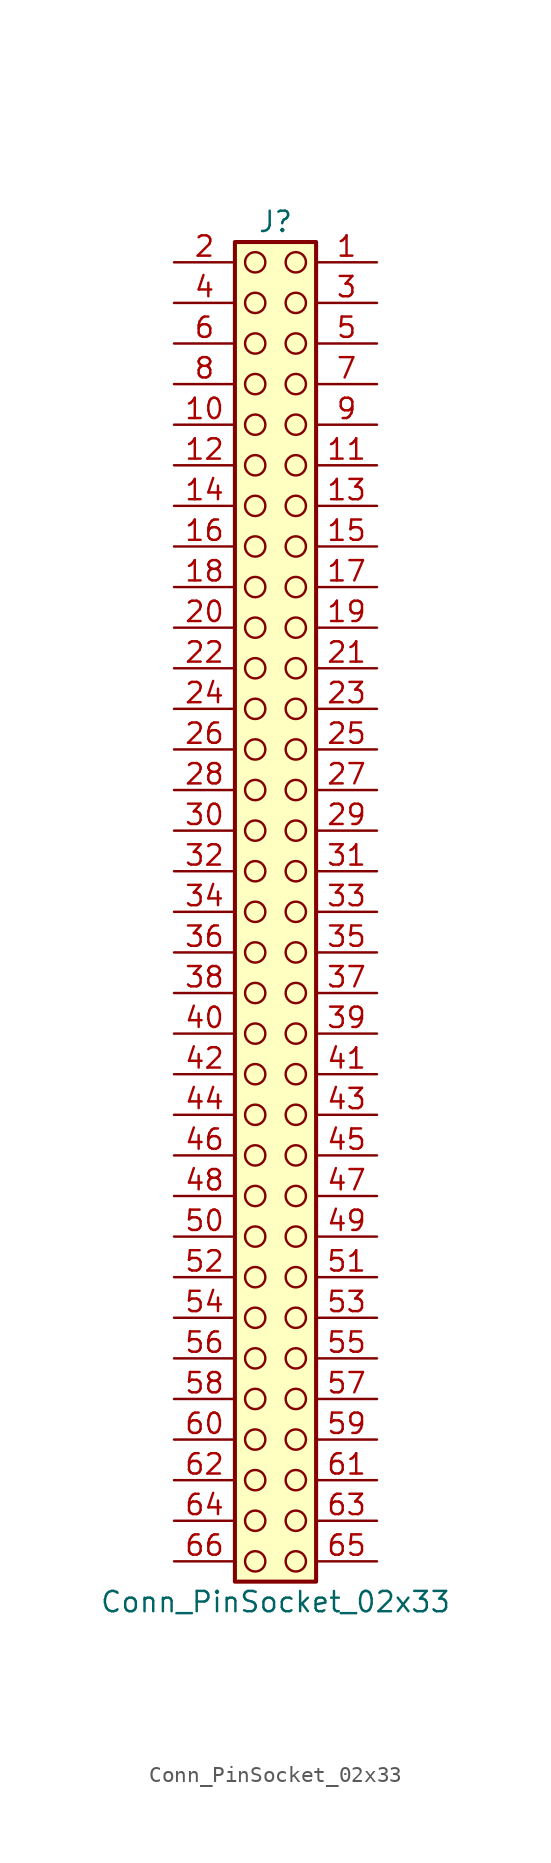
<source format=kicad_sym>
(kicad_symbol_lib
  (version 20241209)
  (generator "kicad_symbol_editor")
  (generator_version "9.0")
  (symbol "Conn_PinSocket_02x33"
    (pin_names
      (offset 1.016)
      (hide yes))
    (property "Reference" "J"
      (at 1.27 43.18 0)
      (effects (font (size 1.27 1.27))))
    (property "Value" "Conn_PinSocket_02x33"
      (at 1.27 -43.18 0)
      (effects (font (size 1.27 1.27))))
    (symbol "Conn_PinSocket_02x33_1_1"
      (rectangle (start -1.27 41.91) (end 3.81 -41.91) (stroke (width 0.254) (type default)) (fill (type background)))
      (circle (center 0 40.64) (radius 0.635) (stroke (width 0) (type solid) (color 132 0 0 1)) (fill (type none)))
      (circle (center 0 38.1) (radius 0.635) (stroke (width 0) (type solid) (color 132 0 0 1)) (fill (type none)))
      (circle (center 0 35.56) (radius 0.635) (stroke (width 0) (type solid) (color 132 0 0 1)) (fill (type none)))
      (circle (center 0 33.02) (radius 0.635) (stroke (width 0) (type solid) (color 132 0 0 1)) (fill (type none)))
      (circle (center 0 30.48) (radius 0.635) (stroke (width 0) (type solid) (color 132 0 0 1)) (fill (type none)))
      (circle (center 0 27.94) (radius 0.635) (stroke (width 0) (type solid) (color 132 0 0 1)) (fill (type none)))
      (circle (center 0 25.4) (radius 0.635) (stroke (width 0) (type solid) (color 132 0 0 1)) (fill (type none)))
      (circle (center 0 22.86) (radius 0.635) (stroke (width 0) (type solid) (color 132 0 0 1)) (fill (type none)))
      (circle (center 0 20.32) (radius 0.635) (stroke (width 0) (type solid) (color 132 0 0 1)) (fill (type none)))
      (circle (center 0 17.78) (radius 0.635) (stroke (width 0) (type solid) (color 132 0 0 1)) (fill (type none)))
      (circle (center 0 15.24) (radius 0.635) (stroke (width 0) (type solid) (color 132 0 0 1)) (fill (type none)))
      (circle (center 0 12.7) (radius 0.635) (stroke (width 0) (type solid) (color 132 0 0 1)) (fill (type none)))
      (circle (center 0 10.16) (radius 0.635) (stroke (width 0) (type solid) (color 132 0 0 1)) (fill (type none)))
      (circle (center 0 7.62) (radius 0.635) (stroke (width 0) (type solid) (color 132 0 0 1)) (fill (type none)))
      (circle (center 0 5.08) (radius 0.635) (stroke (width 0) (type solid) (color 132 0 0 1)) (fill (type none)))
      (circle (center 0 2.54) (radius 0.635) (stroke (width 0) (type solid) (color 132 0 0 1)) (fill (type none)))
      (circle (center 0 0) (radius 0.635) (stroke (width 0) (type solid) (color 132 0 0 1)) (fill (type none)))
      (circle (center 0 -2.54) (radius 0.635) (stroke (width 0) (type solid) (color 132 0 0 1)) (fill (type none)))
      (circle (center 0 -5.08) (radius 0.635) (stroke (width 0) (type solid) (color 132 0 0 1)) (fill (type none)))
      (circle (center 0 -7.62) (radius 0.635) (stroke (width 0) (type solid) (color 132 0 0 1)) (fill (type none)))
      (circle (center 0 -10.16) (radius 0.635) (stroke (width 0) (type solid) (color 132 0 0 1)) (fill (type none)))
      (circle (center 0 -12.7) (radius 0.635) (stroke (width 0) (type solid) (color 132 0 0 1)) (fill (type none)))
      (circle (center 0 -15.24) (radius 0.635) (stroke (width 0) (type solid) (color 132 0 0 1)) (fill (type none)))
      (circle (center 0 -17.78) (radius 0.635) (stroke (width 0) (type solid) (color 132 0 0 1)) (fill (type none)))
      (circle (center 0 -20.32) (radius 0.635) (stroke (width 0) (type solid) (color 132 0 0 1)) (fill (type none)))
      (circle (center 0 -22.86) (radius 0.635) (stroke (width 0) (type solid) (color 132 0 0 1)) (fill (type none)))
      (circle (center 0 -25.4) (radius 0.635) (stroke (width 0) (type solid) (color 132 0 0 1)) (fill (type none)))
      (circle (center 0 -27.94) (radius 0.635) (stroke (width 0) (type solid) (color 132 0 0 1)) (fill (type none)))
      (circle (center 0 -30.48) (radius 0.635) (stroke (width 0) (type solid) (color 132 0 0 1)) (fill (type none)))
      (circle (center 0 -33.02) (radius 0.635) (stroke (width 0) (type solid) (color 132 0 0 1)) (fill (type none)))
      (circle (center 0 -35.56) (radius 0.635) (stroke (width 0) (type solid) (color 132 0 0 1)) (fill (type none)))
      (circle (center 0 -38.1) (radius 0.635) (stroke (width 0) (type solid) (color 132 0 0 1)) (fill (type none)))
      (circle (center 0 -40.64) (radius 0.635) (stroke (width 0) (type solid) (color 132 0 0 1)) (fill (type none)))
      (circle (center 2.54 40.64) (radius 0.635) (stroke (width 0) (type solid) (color 132 0 0 1)) (fill (type none)))
      (circle (center 2.54 38.1) (radius 0.635) (stroke (width 0) (type solid) (color 132 0 0 1)) (fill (type none)))
      (circle (center 2.54 35.56) (radius 0.635) (stroke (width 0) (type solid) (color 132 0 0 1)) (fill (type none)))
      (circle (center 2.54 33.02) (radius 0.635) (stroke (width 0) (type solid) (color 132 0 0 1)) (fill (type none)))
      (circle (center 2.54 30.48) (radius 0.635) (stroke (width 0) (type solid) (color 132 0 0 1)) (fill (type none)))
      (circle (center 2.54 27.94) (radius 0.635) (stroke (width 0) (type solid) (color 132 0 0 1)) (fill (type none)))
      (circle (center 2.54 25.4) (radius 0.635) (stroke (width 0) (type solid) (color 132 0 0 1)) (fill (type none)))
      (circle (center 2.54 22.86) (radius 0.635) (stroke (width 0) (type solid) (color 132 0 0 1)) (fill (type none)))
      (circle (center 2.54 20.32) (radius 0.635) (stroke (width 0) (type solid) (color 132 0 0 1)) (fill (type none)))
      (circle (center 2.54 17.78) (radius 0.635) (stroke (width 0) (type solid) (color 132 0 0 1)) (fill (type none)))
      (circle (center 2.54 15.24) (radius 0.635) (stroke (width 0) (type solid) (color 132 0 0 1)) (fill (type none)))
      (circle (center 2.54 12.7) (radius 0.635) (stroke (width 0) (type solid) (color 132 0 0 1)) (fill (type none)))
      (circle (center 2.54 10.16) (radius 0.635) (stroke (width 0) (type solid) (color 132 0 0 1)) (fill (type none)))
      (circle (center 2.54 7.62) (radius 0.635) (stroke (width 0) (type solid) (color 132 0 0 1)) (fill (type none)))
      (circle (center 2.54 5.08) (radius 0.635) (stroke (width 0) (type solid) (color 132 0 0 1)) (fill (type none)))
      (circle (center 2.54 2.54) (radius 0.635) (stroke (width 0) (type solid) (color 132 0 0 1)) (fill (type none)))
      (circle (center 2.54 0) (radius 0.635) (stroke (width 0) (type solid) (color 132 0 0 1)) (fill (type none)))
      (circle (center 2.54 -2.54) (radius 0.635) (stroke (width 0) (type solid) (color 132 0 0 1)) (fill (type none)))
      (circle (center 2.54 -5.08) (radius 0.635) (stroke (width 0) (type solid) (color 132 0 0 1)) (fill (type none)))
      (circle (center 2.54 -7.62) (radius 0.635) (stroke (width 0) (type solid) (color 132 0 0 1)) (fill (type none)))
      (circle (center 2.54 -10.16) (radius 0.635) (stroke (width 0) (type solid) (color 132 0 0 1)) (fill (type none)))
      (circle (center 2.54 -12.7) (radius 0.635) (stroke (width 0) (type solid) (color 132 0 0 1)) (fill (type none)))
      (circle (center 2.54 -15.24) (radius 0.635) (stroke (width 0) (type solid) (color 132 0 0 1)) (fill (type none)))
      (circle (center 2.54 -17.78) (radius 0.635) (stroke (width 0) (type solid) (color 132 0 0 1)) (fill (type none)))
      (circle (center 2.54 -20.32) (radius 0.635) (stroke (width 0) (type solid) (color 132 0 0 1)) (fill (type none)))
      (circle (center 2.54 -22.86) (radius 0.635) (stroke (width 0) (type solid) (color 132 0 0 1)) (fill (type none)))
      (circle (center 2.54 -25.4) (radius 0.635) (stroke (width 0) (type solid) (color 132 0 0 1)) (fill (type none)))
      (circle (center 2.54 -27.94) (radius 0.635) (stroke (width 0) (type solid) (color 132 0 0 1)) (fill (type none)))
      (circle (center 2.54 -30.48) (radius 0.635) (stroke (width 0) (type solid) (color 132 0 0 1)) (fill (type none)))
      (circle (center 2.54 -33.02) (radius 0.635) (stroke (width 0) (type solid) (color 132 0 0 1)) (fill (type none)))
      (circle (center 2.54 -35.56) (radius 0.635) (stroke (width 0) (type solid) (color 132 0 0 1)) (fill (type none)))
      (circle (center 2.54 -38.1) (radius 0.635) (stroke (width 0) (type solid) (color 132 0 0 1)) (fill (type none)))
      (circle (center 2.54 -40.64) (radius 0.635) (stroke (width 0) (type solid) (color 132 0 0 1)) (fill (type none)))
      (pin passive line (at -5.08 40.64 0) (length 3.81) (name "Pin_2" (effects (font (size 1.27 1.27)))) (number "2" (effects (font (size 1.27 1.27)))))
      (pin passive line (at -5.08 38.1 0) (length 3.81) (name "Pin_4" (effects (font (size 1.27 1.27)))) (number "4" (effects (font (size 1.27 1.27)))))
      (pin passive line (at -5.08 35.56 0) (length 3.81) (name "Pin_6" (effects (font (size 1.27 1.27)))) (number "6" (effects (font (size 1.27 1.27)))))
      (pin passive line (at -5.08 33.02 0) (length 3.81) (name "Pin_8" (effects (font (size 1.27 1.27)))) (number "8" (effects (font (size 1.27 1.27)))))
      (pin passive line (at -5.08 30.48 0) (length 3.81) (name "Pin_10" (effects (font (size 1.27 1.27)))) (number "10" (effects (font (size 1.27 1.27)))))
      (pin passive line (at -5.08 27.94 0) (length 3.81) (name "Pin_12" (effects (font (size 1.27 1.27)))) (number "12" (effects (font (size 1.27 1.27)))))
      (pin passive line (at -5.08 25.4 0) (length 3.81) (name "Pin_14" (effects (font (size 1.27 1.27)))) (number "14" (effects (font (size 1.27 1.27)))))
      (pin passive line (at -5.08 22.86 0) (length 3.81) (name "Pin_16" (effects (font (size 1.27 1.27)))) (number "16" (effects (font (size 1.27 1.27)))))
      (pin passive line (at -5.08 20.32 0) (length 3.81) (name "Pin_18" (effects (font (size 1.27 1.27)))) (number "18" (effects (font (size 1.27 1.27)))))
      (pin passive line (at -5.08 17.78 0) (length 3.81) (name "Pin_20" (effects (font (size 1.27 1.27)))) (number "20" (effects (font (size 1.27 1.27)))))
      (pin passive line (at -5.08 15.24 0) (length 3.81) (name "Pin_22" (effects (font (size 1.27 1.27)))) (number "22" (effects (font (size 1.27 1.27)))))
      (pin passive line (at -5.08 12.7 0) (length 3.81) (name "Pin_24" (effects (font (size 1.27 1.27)))) (number "24" (effects (font (size 1.27 1.27)))))
      (pin passive line (at -5.08 10.16 0) (length 3.81) (name "Pin_26" (effects (font (size 1.27 1.27)))) (number "26" (effects (font (size 1.27 1.27)))))
      (pin passive line (at -5.08 7.62 0) (length 3.81) (name "Pin_28" (effects (font (size 1.27 1.27)))) (number "28" (effects (font (size 1.27 1.27)))))
      (pin passive line (at -5.08 5.08 0) (length 3.81) (name "Pin_30" (effects (font (size 1.27 1.27)))) (number "30" (effects (font (size 1.27 1.27)))))
      (pin passive line (at -5.08 2.54 0) (length 3.81) (name "Pin_32" (effects (font (size 1.27 1.27)))) (number "32" (effects (font (size 1.27 1.27)))))
      (pin passive line (at -5.08 0 0) (length 3.81) (name "Pin_34" (effects (font (size 1.27 1.27)))) (number "34" (effects (font (size 1.27 1.27)))))
      (pin passive line (at -5.08 -2.54 0) (length 3.81) (name "Pin_36" (effects (font (size 1.27 1.27)))) (number "36" (effects (font (size 1.27 1.27)))))
      (pin passive line (at -5.08 -5.08 0) (length 3.81) (name "Pin_38" (effects (font (size 1.27 1.27)))) (number "38" (effects (font (size 1.27 1.27)))))
      (pin passive line (at -5.08 -7.62 0) (length 3.81) (name "Pin_40" (effects (font (size 1.27 1.27)))) (number "40" (effects (font (size 1.27 1.27)))))
      (pin passive line (at -5.08 -10.16 0) (length 3.81) (name "Pin_42" (effects (font (size 1.27 1.27)))) (number "42" (effects (font (size 1.27 1.27)))))
      (pin passive line (at -5.08 -12.7 0) (length 3.81) (name "Pin_44" (effects (font (size 1.27 1.27)))) (number "44" (effects (font (size 1.27 1.27)))))
      (pin passive line (at -5.08 -15.24 0) (length 3.81) (name "Pin_46" (effects (font (size 1.27 1.27)))) (number "46" (effects (font (size 1.27 1.27)))))
      (pin passive line (at -5.08 -17.78 0) (length 3.81) (name "Pin_48" (effects (font (size 1.27 1.27)))) (number "48" (effects (font (size 1.27 1.27)))))
      (pin passive line (at -5.08 -20.32 0) (length 3.81) (name "Pin_50" (effects (font (size 1.27 1.27)))) (number "50" (effects (font (size 1.27 1.27)))))
      (pin passive line (at -5.08 -22.86 0) (length 3.81) (name "Pin_52" (effects (font (size 1.27 1.27)))) (number "52" (effects (font (size 1.27 1.27)))))
      (pin passive line (at -5.08 -25.4 0) (length 3.81) (name "Pin_54" (effects (font (size 1.27 1.27)))) (number "54" (effects (font (size 1.27 1.27)))))
      (pin passive line (at -5.08 -27.94 0) (length 3.81) (name "Pin_56" (effects (font (size 1.27 1.27)))) (number "56" (effects (font (size 1.27 1.27)))))
      (pin passive line (at -5.08 -30.48 0) (length 3.81) (name "Pin_58" (effects (font (size 1.27 1.27)))) (number "58" (effects (font (size 1.27 1.27)))))
      (pin passive line (at -5.08 -33.02 0) (length 3.81) (name "Pin_60" (effects (font (size 1.27 1.27)))) (number "60" (effects (font (size 1.27 1.27)))))
      (pin passive line (at -5.08 -35.56 0) (length 3.81) (name "Pin_62" (effects (font (size 1.27 1.27)))) (number "62" (effects (font (size 1.27 1.27)))))
      (pin passive line (at -5.08 -38.1 0) (length 3.81) (name "Pin_64" (effects (font (size 1.27 1.27)))) (number "64" (effects (font (size 1.27 1.27)))))
      (pin passive line (at -5.08 -40.64 0) (length 3.81) (name "Pin_66" (effects (font (size 1.27 1.27)))) (number "66" (effects (font (size 1.27 1.27)))))
      (pin passive line (at 7.62 40.64 180) (length 3.81) (name "Pin_1" (effects (font (size 1.27 1.27)))) (number "1" (effects (font (size 1.27 1.27)))))
      (pin passive line (at 7.62 38.1 180) (length 3.81) (name "Pin_3" (effects (font (size 1.27 1.27)))) (number "3" (effects (font (size 1.27 1.27)))))
      (pin passive line (at 7.62 35.56 180) (length 3.81) (name "Pin_5" (effects (font (size 1.27 1.27)))) (number "5" (effects (font (size 1.27 1.27)))))
      (pin passive line (at 7.62 33.02 180) (length 3.81) (name "Pin_7" (effects (font (size 1.27 1.27)))) (number "7" (effects (font (size 1.27 1.27)))))
      (pin passive line (at 7.62 30.48 180) (length 3.81) (name "Pin_9" (effects (font (size 1.27 1.27)))) (number "9" (effects (font (size 1.27 1.27)))))
      (pin passive line (at 7.62 27.94 180) (length 3.81) (name "Pin_11" (effects (font (size 1.27 1.27)))) (number "11" (effects (font (size 1.27 1.27)))))
      (pin passive line (at 7.62 25.4 180) (length 3.81) (name "Pin_13" (effects (font (size 1.27 1.27)))) (number "13" (effects (font (size 1.27 1.27)))))
      (pin passive line (at 7.62 22.86 180) (length 3.81) (name "Pin_15" (effects (font (size 1.27 1.27)))) (number "15" (effects (font (size 1.27 1.27)))))
      (pin passive line (at 7.62 20.32 180) (length 3.81) (name "Pin_17" (effects (font (size 1.27 1.27)))) (number "17" (effects (font (size 1.27 1.27)))))
      (pin passive line (at 7.62 17.78 180) (length 3.81) (name "Pin_19" (effects (font (size 1.27 1.27)))) (number "19" (effects (font (size 1.27 1.27)))))
      (pin passive line (at 7.62 15.24 180) (length 3.81) (name "Pin_21" (effects (font (size 1.27 1.27)))) (number "21" (effects (font (size 1.27 1.27)))))
      (pin passive line (at 7.62 12.7 180) (length 3.81) (name "Pin_23" (effects (font (size 1.27 1.27)))) (number "23" (effects (font (size 1.27 1.27)))))
      (pin passive line (at 7.62 10.16 180) (length 3.81) (name "Pin_25" (effects (font (size 1.27 1.27)))) (number "25" (effects (font (size 1.27 1.27)))))
      (pin passive line (at 7.62 7.62 180) (length 3.81) (name "Pin_27" (effects (font (size 1.27 1.27)))) (number "27" (effects (font (size 1.27 1.27)))))
      (pin passive line (at 7.62 5.08 180) (length 3.81) (name "Pin_29" (effects (font (size 1.27 1.27)))) (number "29" (effects (font (size 1.27 1.27)))))
      (pin passive line (at 7.62 2.54 180) (length 3.81) (name "Pin_31" (effects (font (size 1.27 1.27)))) (number "31" (effects (font (size 1.27 1.27)))))
      (pin passive line (at 7.62 0 180) (length 3.81) (name "Pin_33" (effects (font (size 1.27 1.27)))) (number "33" (effects (font (size 1.27 1.27)))))
      (pin passive line (at 7.62 -2.54 180) (length 3.81) (name "Pin_35" (effects (font (size 1.27 1.27)))) (number "35" (effects (font (size 1.27 1.27)))))
      (pin passive line (at 7.62 -5.08 180) (length 3.81) (name "Pin_37" (effects (font (size 1.27 1.27)))) (number "37" (effects (font (size 1.27 1.27)))))
      (pin passive line (at 7.62 -7.62 180) (length 3.81) (name "Pin_39" (effects (font (size 1.27 1.27)))) (number "39" (effects (font (size 1.27 1.27)))))
      (pin passive line (at 7.62 -10.16 180) (length 3.81) (name "Pin_41" (effects (font (size 1.27 1.27)))) (number "41" (effects (font (size 1.27 1.27)))))
      (pin passive line (at 7.62 -12.7 180) (length 3.81) (name "Pin_43" (effects (font (size 1.27 1.27)))) (number "43" (effects (font (size 1.27 1.27)))))
      (pin passive line (at 7.62 -15.24 180) (length 3.81) (name "Pin_45" (effects (font (size 1.27 1.27)))) (number "45" (effects (font (size 1.27 1.27)))))
      (pin passive line (at 7.62 -17.78 180) (length 3.81) (name "Pin_47" (effects (font (size 1.27 1.27)))) (number "47" (effects (font (size 1.27 1.27)))))
      (pin passive line (at 7.62 -20.32 180) (length 3.81) (name "Pin_49" (effects (font (size 1.27 1.27)))) (number "49" (effects (font (size 1.27 1.27)))))
      (pin passive line (at 7.62 -22.86 180) (length 3.81) (name "Pin_51" (effects (font (size 1.27 1.27)))) (number "51" (effects (font (size 1.27 1.27)))))
      (pin passive line (at 7.62 -25.4 180) (length 3.81) (name "Pin_53" (effects (font (size 1.27 1.27)))) (number "53" (effects (font (size 1.27 1.27)))))
      (pin passive line (at 7.62 -27.94 180) (length 3.81) (name "Pin_55" (effects (font (size 1.27 1.27)))) (number "55" (effects (font (size 1.27 1.27)))))
      (pin passive line (at 7.62 -30.48 180) (length 3.81) (name "Pin_57" (effects (font (size 1.27 1.27)))) (number "57" (effects (font (size 1.27 1.27)))))
      (pin passive line (at 7.62 -33.02 180) (length 3.81) (name "Pin_59" (effects (font (size 1.27 1.27)))) (number "59" (effects (font (size 1.27 1.27)))))
      (pin passive line (at 7.62 -35.56 180) (length 3.81) (name "Pin_61" (effects (font (size 1.27 1.27)))) (number "61" (effects (font (size 1.27 1.27)))))
      (pin passive line (at 7.62 -38.1 180) (length 3.81) (name "Pin_63" (effects (font (size 1.27 1.27)))) (number "63" (effects (font (size 1.27 1.27)))))
      (pin passive line (at 7.62 -40.64 180) (length 3.81) (name "Pin_65" (effects (font (size 1.27 1.27)))) (number "65" (effects (font (size 1.27 1.27))))))))
</source>
